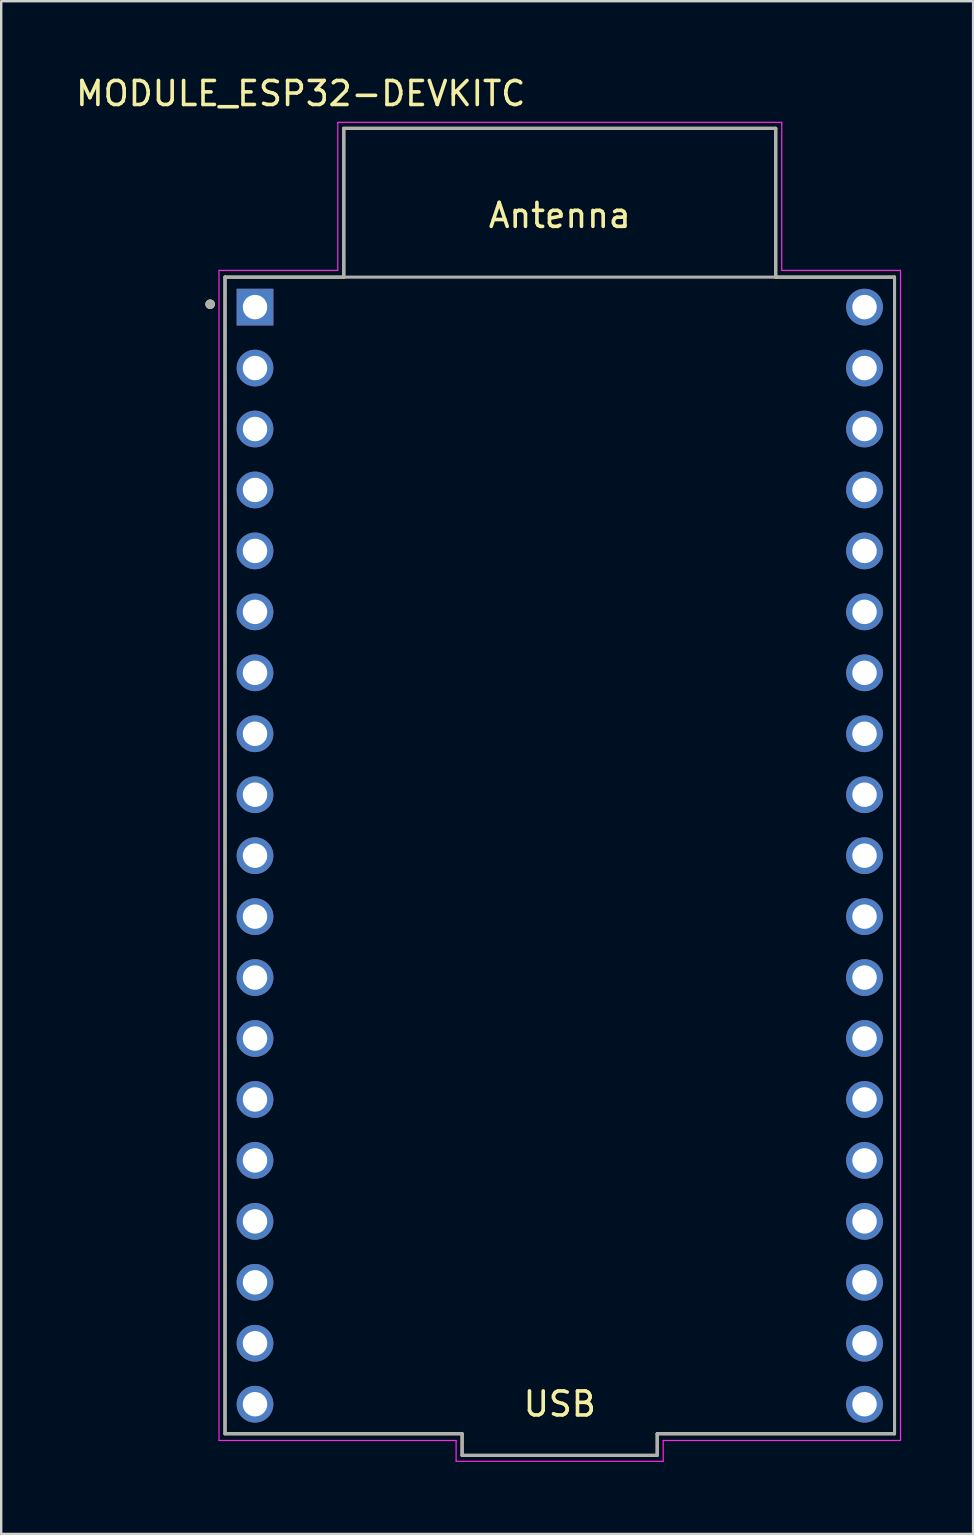
<source format=kicad_pcb>
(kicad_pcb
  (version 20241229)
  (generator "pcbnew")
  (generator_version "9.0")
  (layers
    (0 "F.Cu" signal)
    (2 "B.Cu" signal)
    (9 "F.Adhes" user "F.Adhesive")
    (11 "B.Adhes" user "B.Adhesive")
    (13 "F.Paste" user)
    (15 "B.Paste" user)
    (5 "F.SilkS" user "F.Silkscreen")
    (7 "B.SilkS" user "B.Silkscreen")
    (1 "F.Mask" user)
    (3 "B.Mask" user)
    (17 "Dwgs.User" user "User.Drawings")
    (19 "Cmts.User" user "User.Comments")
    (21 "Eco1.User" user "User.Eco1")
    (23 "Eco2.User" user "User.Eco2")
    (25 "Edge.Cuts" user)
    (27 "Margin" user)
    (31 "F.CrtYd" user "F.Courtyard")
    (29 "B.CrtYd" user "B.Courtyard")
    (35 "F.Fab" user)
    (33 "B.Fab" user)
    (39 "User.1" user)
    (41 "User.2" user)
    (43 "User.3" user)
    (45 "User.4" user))
  (footprint "MODULE_ESP32-DEVKITC"
    (layer "F.Cu")
    (at 20.277 32.598)
    (property "Reference" "MODULE_ESP32-DEVKITC" (at -10.795 -31.75 0) (layer "F.SilkS") (effects (font (size 1 1) (thickness 0.15))))
    (attr through_hole)
    (fp_line (start -13.95 -24.1) (end -13.95 24.1) (stroke (width 0.127) (type solid)) (layer "F.SilkS"))
    (fp_line (start -13.95 24.1) (end -4.07 24.1) (stroke (width 0.127) (type solid)) (layer "F.SilkS"))
    (fp_line (start -9 -30.3) (end 9 -30.3) (stroke (width 0.127) (type solid)) (layer "F.SilkS"))
    (fp_line (start -9 -24.1) (end -13.95 -24.1) (stroke (width 0.127) (type solid)) (layer "F.SilkS"))
    (fp_line (start -9 -24.1) (end -9 -30.3) (stroke (width 0.127) (type solid)) (layer "F.SilkS"))
    (fp_line (start -4.07 24.1) (end -4.07 25) (stroke (width 0.127) (type solid)) (layer "F.SilkS"))
    (fp_line (start -4.07 25) (end 4.06 25) (stroke (width 0.127) (type solid)) (layer "F.SilkS"))
    (fp_line (start 4.06 24.1) (end 13.95 24.1) (stroke (width 0.127) (type solid)) (layer "F.SilkS"))
    (fp_line (start 4.06 25) (end 4.06 24.1) (stroke (width 0.127) (type solid)) (layer "F.SilkS"))
    (fp_line (start 9 -30.3) (end 9 -24.1) (stroke (width 0.127) (type solid)) (layer "F.SilkS"))
    (fp_line (start 13.95 -24.1) (end 9 -24.1) (stroke (width 0.127) (type solid)) (layer "F.SilkS"))
    (fp_line (start 13.95 24.1) (end 13.95 -24.1) (stroke (width 0.127) (type solid)) (layer "F.SilkS"))
    (fp_circle (center -14.57 -22.97) (end -14.47 -22.97) (stroke (width 0.2) (type solid)) (fill no) (layer "F.SilkS"))
    (fp_line (start -14.2 -24.38) (end -14.2 24.38) (stroke (width 0.05) (type solid)) (layer "F.CrtYd"))
    (fp_line (start -14.2 24.38) (end -4.32 24.38) (stroke (width 0.05) (type solid)) (layer "F.CrtYd"))
    (fp_line (start -9.25 -30.55) (end 9.25 -30.55) (stroke (width 0.05) (type solid)) (layer "F.CrtYd"))
    (fp_line (start -9.25 -24.38) (end -14.2 -24.38) (stroke (width 0.05) (type solid)) (layer "F.CrtYd"))
    (fp_line (start -9.25 -24.38) (end -9.25 -30.55) (stroke (width 0.05) (type solid)) (layer "F.CrtYd"))
    (fp_line (start -4.32 24.38) (end -4.32 25.25) (stroke (width 0.05) (type solid)) (layer "F.CrtYd"))
    (fp_line (start -4.32 25.25) (end 4.31 25.25) (stroke (width 0.05) (type solid)) (layer "F.CrtYd"))
    (fp_line (start 4.31 24.38) (end 14.2 24.38) (stroke (width 0.05) (type solid)) (layer "F.CrtYd"))
    (fp_line (start 4.31 25.25) (end 4.31 24.38) (stroke (width 0.05) (type solid)) (layer "F.CrtYd"))
    (fp_line (start 9.25 -30.55) (end 9.25 -24.38) (stroke (width 0.05) (type solid)) (layer "F.CrtYd"))
    (fp_line (start 14.2 -24.38) (end 9.25 -24.38) (stroke (width 0.05) (type solid)) (layer "F.CrtYd"))
    (fp_line (start 14.2 24.38) (end 14.2 -24.38) (stroke (width 0.05) (type solid)) (layer "F.CrtYd"))
    (fp_line (start -13.95 -24.1) (end -13.95 24.1) (stroke (width 0.127) (type solid)) (layer "F.Fab"))
    (fp_line (start -13.95 24.1) (end -4.07 24.1) (stroke (width 0.127) (type solid)) (layer "F.Fab"))
    (fp_line (start -9 -30.3) (end 9 -30.3) (stroke (width 0.127) (type solid)) (layer "F.Fab"))
    (fp_line (start -9 -24.1) (end -13.95 -24.1) (stroke (width 0.127) (type solid)) (layer "F.Fab"))
    (fp_line (start -9 -24.1) (end -9 -30.3) (stroke (width 0.127) (type solid)) (layer "F.Fab"))
    (fp_line (start -4.07 24.1) (end -4.07 25) (stroke (width 0.127) (type solid)) (layer "F.Fab"))
    (fp_line (start -4.07 25) (end 4.06 25) (stroke (width 0.127) (type solid)) (layer "F.Fab"))
    (fp_line (start 4.06 24.1) (end 13.95 24.1) (stroke (width 0.127) (type solid)) (layer "F.Fab"))
    (fp_line (start 4.06 25) (end 4.06 24.1) (stroke (width 0.127) (type solid)) (layer "F.Fab"))
    (fp_line (start 9 -30.3) (end 9 -24.1) (stroke (width 0.127) (type solid)) (layer "F.Fab"))
    (fp_line (start 9 -24.1) (end -9 -24.1) (stroke (width 0.127) (type solid)) (layer "F.Fab"))
    (fp_line (start 13.95 -24.1) (end 9 -24.1) (stroke (width 0.127) (type solid)) (layer "F.Fab"))
    (fp_line (start 13.95 24.1) (end 13.95 -24.1) (stroke (width 0.127) (type solid)) (layer "F.Fab"))
    (fp_circle (center -14.57 -22.97) (end -14.47 -22.97) (stroke (width 0.2) (type solid)) (fill no) (layer "F.Fab"))
    (fp_text user "USB" (at 0 22.86 0) (layer "F.SilkS") (effects (font (size 1 1) (thickness 0.15))))
    (fp_text user "Antenna" (at 0 -26.67 0) (layer "F.SilkS") (effects (font (size 1 1) (thickness 0.15))))
    (pad "1" thru_hole rect (at -12.7 -22.85) (size 1.53 1.53) (drill 1.02) (layers "*.Cu" "*.Mask"))
    (pad "2" thru_hole circle (at -12.7 -20.31) (size 1.53 1.53) (drill 1.02) (layers "*.Cu" "*.Mask"))
    (pad "3" thru_hole circle (at -12.7 -17.77) (size 1.53 1.53) (drill 1.02) (layers "*.Cu" "*.Mask"))
    (pad "4" thru_hole circle (at -12.7 -15.23) (size 1.53 1.53) (drill 1.02) (layers "*.Cu" "*.Mask"))
    (pad "5" thru_hole circle (at -12.7 -12.69) (size 1.53 1.53) (drill 1.02) (layers "*.Cu" "*.Mask"))
    (pad "6" thru_hole circle (at -12.7 -10.15) (size 1.53 1.53) (drill 1.02) (layers "*.Cu" "*.Mask"))
    (pad "7" thru_hole circle (at -12.7 -7.61) (size 1.53 1.53) (drill 1.02) (layers "*.Cu" "*.Mask"))
    (pad "8" thru_hole circle (at -12.7 -5.07) (size 1.53 1.53) (drill 1.02) (layers "*.Cu" "*.Mask"))
    (pad "9" thru_hole circle (at -12.7 -2.53) (size 1.53 1.53) (drill 1.02) (layers "*.Cu" "*.Mask"))
    (pad "10" thru_hole circle (at -12.7 0.01) (size 1.53 1.53) (drill 1.02) (layers "*.Cu" "*.Mask"))
    (pad "11" thru_hole circle (at -12.7 2.55) (size 1.53 1.53) (drill 1.02) (layers "*.Cu" "*.Mask"))
    (pad "12" thru_hole circle (at -12.7 5.09) (size 1.53 1.53) (drill 1.02) (layers "*.Cu" "*.Mask"))
    (pad "13" thru_hole circle (at -12.7 7.63) (size 1.53 1.53) (drill 1.02) (layers "*.Cu" "*.Mask"))
    (pad "14" thru_hole circle (at -12.7 10.17) (size 1.53 1.53) (drill 1.02) (layers "*.Cu" "*.Mask"))
    (pad "15" thru_hole circle (at -12.7 12.71) (size 1.53 1.53) (drill 1.02) (layers "*.Cu" "*.Mask"))
    (pad "16" thru_hole circle (at -12.7 15.25) (size 1.53 1.53) (drill 1.02) (layers "*.Cu" "*.Mask"))
    (pad "17" thru_hole circle (at -12.7 17.79) (size 1.53 1.53) (drill 1.02) (layers "*.Cu" "*.Mask"))
    (pad "18" thru_hole circle (at -12.7 20.33) (size 1.53 1.53) (drill 1.02) (layers "*.Cu" "*.Mask"))
    (pad "19" thru_hole circle (at -12.7 22.87) (size 1.53 1.53) (drill 1.02) (layers "*.Cu" "*.Mask"))
    (pad "20" thru_hole circle (at 12.7 22.87) (size 1.53 1.53) (drill 1.02) (layers "*.Cu" "*.Mask"))
    (pad "21" thru_hole circle (at 12.7 20.33) (size 1.53 1.53) (drill 1.02) (layers "*.Cu" "*.Mask"))
    (pad "22" thru_hole circle (at 12.7 17.79) (size 1.53 1.53) (drill 1.02) (layers "*.Cu" "*.Mask"))
    (pad "23" thru_hole circle (at 12.7 15.25) (size 1.53 1.53) (drill 1.02) (layers "*.Cu" "*.Mask"))
    (pad "24" thru_hole circle (at 12.7 12.71) (size 1.53 1.53) (drill 1.02) (layers "*.Cu" "*.Mask"))
    (pad "25" thru_hole circle (at 12.7 10.17) (size 1.53 1.53) (drill 1.02) (layers "*.Cu" "*.Mask"))
    (pad "26" thru_hole circle (at 12.7 7.63) (size 1.53 1.53) (drill 1.02) (layers "*.Cu" "*.Mask"))
    (pad "27" thru_hole circle (at 12.7 5.09) (size 1.53 1.53) (drill 1.02) (layers "*.Cu" "*.Mask"))
    (pad "28" thru_hole circle (at 12.7 2.55) (size 1.53 1.53) (drill 1.02) (layers "*.Cu" "*.Mask"))
    (pad "29" thru_hole circle (at 12.7 0.01) (size 1.53 1.53) (drill 1.02) (layers "*.Cu" "*.Mask"))
    (pad "30" thru_hole circle (at 12.7 -2.53) (size 1.53 1.53) (drill 1.02) (layers "*.Cu" "*.Mask"))
    (pad "31" thru_hole circle (at 12.7 -5.07) (size 1.53 1.53) (drill 1.02) (layers "*.Cu" "*.Mask"))
    (pad "32" thru_hole circle (at 12.7 -7.61) (size 1.53 1.53) (drill 1.02) (layers "*.Cu" "*.Mask"))
    (pad "33" thru_hole circle (at 12.7 -10.15) (size 1.53 1.53) (drill 1.02) (layers "*.Cu" "*.Mask"))
    (pad "34" thru_hole circle (at 12.7 -12.69) (size 1.53 1.53) (drill 1.02) (layers "*.Cu" "*.Mask"))
    (pad "35" thru_hole circle (at 12.7 -15.23) (size 1.53 1.53) (drill 1.02) (layers "*.Cu" "*.Mask"))
    (pad "36" thru_hole circle (at 12.7 -17.77) (size 1.53 1.53) (drill 1.02) (layers "*.Cu" "*.Mask"))
    (pad "37" thru_hole circle (at 12.7 -20.31) (size 1.53 1.53) (drill 1.02) (layers "*.Cu" "*.Mask"))
    (pad "38" thru_hole circle (at 12.7 -22.85) (size 1.53 1.53) (drill 1.02) (layers "*.Cu" "*.Mask")))
  (gr_rect
    (start -3 -3)
    (end 37.502 60.873)
    (stroke (width 0.1) (type default))
    (fill no)
    (layer "Edge.Cuts")))
</source>
